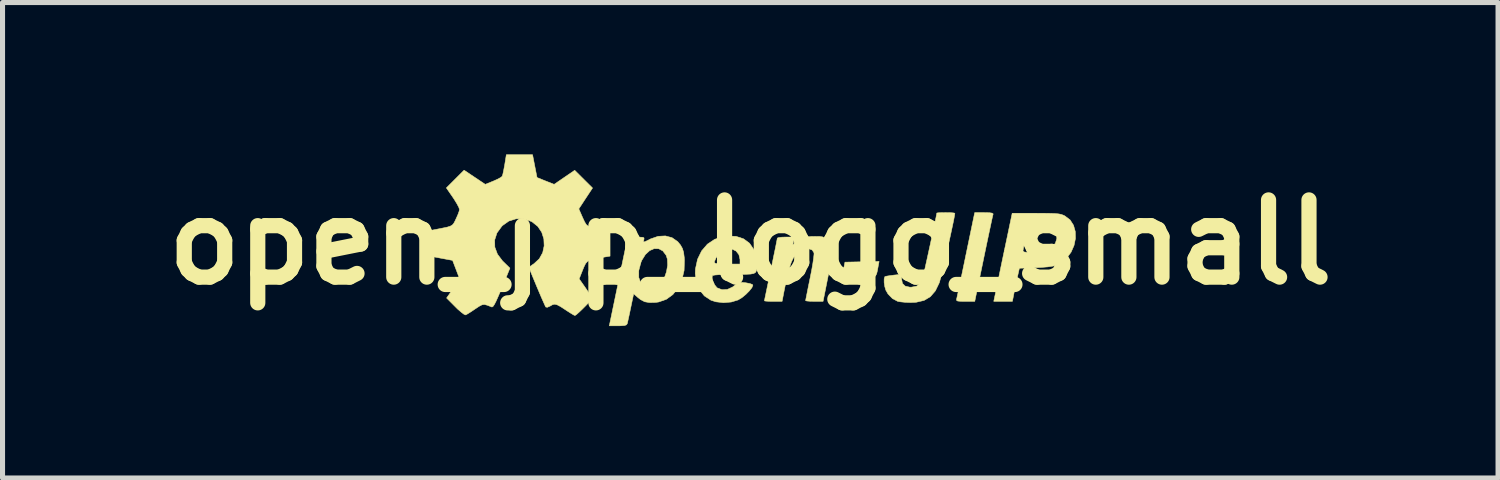
<source format=kicad_pcb>
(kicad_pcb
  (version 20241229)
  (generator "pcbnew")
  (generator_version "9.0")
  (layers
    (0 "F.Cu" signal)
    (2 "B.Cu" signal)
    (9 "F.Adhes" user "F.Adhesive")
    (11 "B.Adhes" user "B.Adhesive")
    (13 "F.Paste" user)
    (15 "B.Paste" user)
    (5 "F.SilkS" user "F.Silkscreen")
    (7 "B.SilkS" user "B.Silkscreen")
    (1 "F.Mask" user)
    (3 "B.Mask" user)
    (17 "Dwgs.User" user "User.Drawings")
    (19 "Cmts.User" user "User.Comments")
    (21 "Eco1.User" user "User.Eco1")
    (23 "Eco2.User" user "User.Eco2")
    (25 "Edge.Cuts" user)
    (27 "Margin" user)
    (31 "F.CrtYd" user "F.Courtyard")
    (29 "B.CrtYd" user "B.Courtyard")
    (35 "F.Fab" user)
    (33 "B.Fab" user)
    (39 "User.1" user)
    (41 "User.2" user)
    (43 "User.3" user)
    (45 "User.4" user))
  (footprint "open_jip_logo_small"
    (layer "F.Cu")
    (at 11.764 1.732)
    (property "Reference" "open_jip_logo_small" (at 0 0 0) (layer "F.SilkS") (effects (font (size 1.524 1.524) (thickness 0.3))))
    (attr through_hole)
    (fp_poly (pts (xy 2.525 0.476) (xy 2.509 0.565) (xy 2.494 0.626) (xy 2.472 0.666) (xy 2.434 0.688) (xy 2.37 0.699) (xy 2.274 0.703) (xy 2.137 0.706) (xy 1.802 0.713) (xy 1.816 0.655) (xy 1.829 0.592) (xy 1.846 0.51) (xy 1.849 0.495) (xy 1.869 0.394) (xy 2.206 0.387) (xy 2.543 0.38) (xy 2.525 0.476)) (stroke (width 0.01) (type solid)) (fill yes) (layer "F.SilkS"))
    (fp_poly (pts (xy 4.719 -0.582) (xy 4.776 -0.574) (xy 4.795 -0.559) (xy 4.794 -0.552) (xy 4.786 -0.521) (xy 4.769 -0.445) (xy 4.745 -0.332) (xy 4.714 -0.187) (xy 4.678 -0.017) (xy 4.638 0.174) (xy 4.607 0.324) (xy 4.432 1.168) (xy 4.246 1.168) (xy 4.151 1.167) (xy 4.096 1.162) (xy 4.073 1.149) (xy 4.072 1.128) (xy 4.073 1.124) (xy 4.081 1.089) (xy 4.098 1.011) (xy 4.123 0.895) (xy 4.154 0.748) (xy 4.19 0.576) (xy 4.23 0.385) (xy 4.258 0.248) (xy 4.431 -0.584) (xy 4.618 -0.584) (xy 4.719 -0.582)) (stroke (width 0.01) (type solid)) (fill yes) (layer "F.SilkS"))
    (fp_poly (pts (xy 3.948 -0.583) (xy 4.012 -0.578) (xy 4.038 -0.572) (xy 4.039 -0.571) (xy 4.033 -0.53) (xy 4.018 -0.447) (xy 3.994 -0.332) (xy 3.964 -0.192) (xy 3.93 -0.036) (xy 3.894 0.127) (xy 3.857 0.29) (xy 3.821 0.445) (xy 3.789 0.582) (xy 3.761 0.694) (xy 3.74 0.772) (xy 3.731 0.802) (xy 3.654 0.961) (xy 3.555 1.076) (xy 3.43 1.15) (xy 3.274 1.186) (xy 3.162 1.191) (xy 3.06 1.187) (xy 2.969 1.178) (xy 2.911 1.168) (xy 2.807 1.113) (xy 2.719 1.022) (xy 2.676 0.947) (xy 2.655 0.875) (xy 2.643 0.795) (xy 2.643 0.725) (xy 2.656 0.682) (xy 2.661 0.678) (xy 2.694 0.67) (xy 2.763 0.659) (xy 2.833 0.65) (xy 2.987 0.634) (xy 2.987 0.726) (xy 3.004 0.814) (xy 3.058 0.867) (xy 3.15 0.888) (xy 3.174 0.889) (xy 3.282 0.869) (xy 3.359 0.809) (xy 3.403 0.717) (xy 3.413 0.675) (xy 3.432 0.593) (xy 3.457 0.481) (xy 3.487 0.346) (xy 3.52 0.196) (xy 3.554 0.04) (xy 3.587 -0.114) (xy 3.618 -0.259) (xy 3.645 -0.386) (xy 3.666 -0.487) (xy 3.679 -0.553) (xy 3.683 -0.576) (xy 3.706 -0.58) (xy 3.767 -0.583) (xy 3.854 -0.584) (xy 3.861 -0.584) (xy 3.948 -0.583)) (stroke (width 0.01) (type solid)) (fill yes) (layer "F.SilkS"))
    (fp_poly (pts (xy 5.808 -0.571) (xy 5.935 -0.569) (xy 6.027 -0.565) (xy 6.094 -0.558) (xy 6.144 -0.547) (xy 6.186 -0.531) (xy 6.21 -0.519) (xy 6.314 -0.44) (xy 6.382 -0.334) (xy 6.417 -0.209) (xy 6.42 -0.074) (xy 6.392 0.064) (xy 6.334 0.196) (xy 6.248 0.313) (xy 6.135 0.407) (xy 6.058 0.448) (xy 5.983 0.471) (xy 5.875 0.487) (xy 5.728 0.499) (xy 5.635 0.503) (xy 5.313 0.514) (xy 5.275 0.682) (xy 5.249 0.802) (xy 5.222 0.932) (xy 5.206 1.01) (xy 5.175 1.168) (xy 4.807 1.168) (xy 4.917 0.641) (xy 4.955 0.456) (xy 4.996 0.26) (xy 5.014 0.175) (xy 5.385 0.175) (xy 5.408 0.193) (xy 5.468 0.202) (xy 5.554 0.205) (xy 5.652 0.2) (xy 5.75 0.189) (xy 5.835 0.171) (xy 5.882 0.155) (xy 5.967 0.097) (xy 6.024 0.018) (xy 6.052 -0.069) (xy 6.048 -0.154) (xy 6.01 -0.224) (xy 5.972 -0.252) (xy 5.924 -0.265) (xy 5.841 -0.274) (xy 5.737 -0.279) (xy 5.697 -0.279) (xy 5.472 -0.279) (xy 5.429 -0.067) (xy 5.409 0.034) (xy 5.393 0.116) (xy 5.385 0.167) (xy 5.385 0.175) (xy 5.014 0.175) (xy 5.036 0.07) (xy 5.072 -0.1) (xy 5.099 -0.229) (xy 5.171 -0.572) (xy 5.64 -0.572) (xy 5.808 -0.571)) (stroke (width 0.01) (type solid)) (fill yes) (layer "F.SilkS"))
    (fp_poly (pts (xy -1.545 -0.089) (xy -1.434 -0.012) (xy -1.378 0.056) (xy -1.34 0.124) (xy -1.317 0.199) (xy -1.304 0.301) (xy -1.301 0.353) (xy -1.307 0.558) (xy -1.35 0.743) (xy -1.425 0.903) (xy -1.528 1.033) (xy -1.657 1.127) (xy -1.807 1.18) (xy -1.867 1.189) (xy -1.991 1.192) (xy -2.084 1.176) (xy -2.164 1.135) (xy -2.218 1.093) (xy -2.303 1.018) (xy -2.36 1.29) (xy -2.384 1.405) (xy -2.406 1.505) (xy -2.422 1.578) (xy -2.429 1.607) (xy -2.445 1.631) (xy -2.482 1.645) (xy -2.551 1.65) (xy -2.613 1.651) (xy -2.784 1.651) (xy -2.603 0.781) (xy -2.586 0.696) (xy -2.202 0.696) (xy -2.162 0.808) (xy -2.111 0.868) (xy -2.026 0.925) (xy -1.943 0.935) (xy -1.85 0.898) (xy -1.839 0.892) (xy -1.762 0.819) (xy -1.699 0.712) (xy -1.655 0.585) (xy -1.632 0.454) (xy -1.637 0.334) (xy -1.661 0.259) (xy -1.727 0.172) (xy -1.809 0.129) (xy -1.898 0.127) (xy -1.987 0.166) (xy -2.07 0.242) (xy -2.14 0.354) (xy -2.16 0.401) (xy -2.202 0.559) (xy -2.202 0.696) (xy -2.586 0.696) (xy -2.422 -0.089) (xy -2.255 -0.096) (xy -2.165 -0.099) (xy -2.117 -0.096) (xy -2.098 -0.083) (xy -2.099 -0.059) (xy -2.101 -0.052) (xy -2.108 -0.019) (xy -2.103 -0.005) (xy -2.075 -0.012) (xy -2.016 -0.04) (xy -1.971 -0.064) (xy -1.821 -0.116) (xy -1.677 -0.124) (xy -1.545 -0.089)) (stroke (width 0.01) (type solid)) (fill yes) (layer "F.SilkS"))
    (fp_poly (pts (xy 1.371 -0.113) (xy 1.431 -0.104) (xy 1.474 -0.083) (xy 1.514 -0.045) (xy 1.526 -0.032) (xy 1.577 0.037) (xy 1.612 0.104) (xy 1.616 0.119) (xy 1.617 0.171) (xy 1.607 0.267) (xy 1.587 0.402) (xy 1.556 0.572) (xy 1.535 0.678) (xy 1.437 1.168) (xy 1.265 1.168) (xy 1.179 1.166) (xy 1.117 1.161) (xy 1.092 1.154) (xy 1.092 1.154) (xy 1.097 1.125) (xy 1.111 1.056) (xy 1.131 0.953) (xy 1.157 0.825) (xy 1.182 0.703) (xy 1.211 0.557) (xy 1.234 0.425) (xy 1.25 0.316) (xy 1.258 0.241) (xy 1.258 0.21) (xy 1.222 0.154) (xy 1.158 0.13) (xy 1.077 0.136) (xy 0.99 0.171) (xy 0.907 0.234) (xy 0.9 0.241) (xy 0.855 0.302) (xy 0.813 0.387) (xy 0.773 0.502) (xy 0.733 0.654) (xy 0.691 0.848) (xy 0.671 0.946) (xy 0.628 1.168) (xy 0.454 1.168) (xy 0.367 1.167) (xy 0.305 1.163) (xy 0.279 1.158) (xy 0.279 1.158) (xy 0.284 1.131) (xy 0.298 1.062) (xy 0.32 0.956) (xy 0.348 0.822) (xy 0.381 0.665) (xy 0.406 0.544) (xy 0.442 0.375) (xy 0.473 0.223) (xy 0.5 0.094) (xy 0.519 -0.004) (xy 0.531 -0.065) (xy 0.533 -0.081) (xy 0.557 -0.091) (xy 0.617 -0.099) (xy 0.702 -0.102) (xy 0.87 -0.102) (xy 0.855 -0.027) (xy 0.84 0.048) (xy 0.97 -0.033) (xy 1.05 -0.079) (xy 1.12 -0.103) (xy 1.201 -0.113) (xy 1.276 -0.114) (xy 1.371 -0.113)) (stroke (width 0.01) (type solid)) (fill yes) (layer "F.SilkS"))
    (fp_poly (pts (xy -0.28 -0.115) (xy -0.132 -0.066) (xy -0.015 0.021) (xy 0.069 0.144) (xy 0.116 0.302) (xy 0.127 0.436) (xy 0.127 0.508) (xy 0.122 0.56) (xy 0.105 0.595) (xy 0.07 0.617) (xy 0.008 0.629) (xy -0.086 0.634) (xy -0.22 0.635) (xy -0.319 0.635) (xy -0.481 0.637) (xy -0.61 0.641) (xy -0.699 0.648) (xy -0.745 0.658) (xy -0.75 0.661) (xy -0.754 0.708) (xy -0.735 0.776) (xy -0.701 0.845) (xy -0.659 0.897) (xy -0.653 0.902) (xy -0.559 0.938) (xy -0.454 0.933) (xy -0.351 0.886) (xy -0.319 0.862) (xy -0.264 0.817) (xy -0.217 0.796) (xy -0.158 0.794) (xy -0.09 0.801) (xy -0.007 0.817) (xy 0.042 0.836) (xy 0.051 0.849) (xy 0.032 0.897) (xy -0.019 0.961) (xy -0.088 1.031) (xy -0.165 1.094) (xy -0.239 1.139) (xy -0.24 1.14) (xy -0.375 1.181) (xy -0.529 1.194) (xy -0.679 1.177) (xy -0.776 1.146) (xy -0.907 1.06) (xy -1.004 0.939) (xy -1.065 0.79) (xy -1.087 0.618) (xy -1.083 0.528) (xy -1.056 0.405) (xy -0.711 0.405) (xy -0.687 0.418) (xy -0.616 0.427) (xy -0.503 0.432) (xy -0.457 0.432) (xy -0.203 0.432) (xy -0.203 0.342) (xy -0.225 0.246) (xy -0.281 0.175) (xy -0.362 0.135) (xy -0.454 0.13) (xy -0.547 0.165) (xy -0.569 0.18) (xy -0.626 0.239) (xy -0.677 0.312) (xy -0.707 0.38) (xy -0.711 0.405) (xy -1.056 0.405) (xy -1.041 0.336) (xy -0.961 0.172) (xy -0.847 0.039) (xy -0.703 -0.057) (xy -0.534 -0.112) (xy -0.457 -0.122) (xy -0.28 -0.115)) (stroke (width 0.01) (type solid)) (fill yes) (layer "F.SilkS"))
    (fp_poly (pts (xy -4.211 -1.277) (xy -4.042 -1.209) (xy -3.873 -1.142) (xy -3.467 -1.42) (xy -3.291 -1.245) (xy -3.115 -1.07) (xy -3.251 -0.864) (xy -3.386 -0.658) (xy -3.312 -0.489) (xy -3.27 -0.399) (xy -3.237 -0.346) (xy -3.202 -0.318) (xy -3.155 -0.303) (xy -3.149 -0.302) (xy -3.073 -0.287) (xy -2.975 -0.267) (xy -2.915 -0.255) (xy -2.769 -0.225) (xy -2.769 0.275) (xy -2.953 0.306) (xy -3.075 0.327) (xy -3.158 0.349) (xy -3.213 0.378) (xy -3.252 0.422) (xy -3.285 0.489) (xy -3.31 0.55) (xy -3.379 0.724) (xy -3.251 0.906) (xy -3.194 0.99) (xy -3.15 1.059) (xy -3.127 1.102) (xy -3.124 1.11) (xy -3.141 1.137) (xy -3.186 1.188) (xy -3.247 1.252) (xy -3.316 1.321) (xy -3.381 1.383) (xy -3.433 1.429) (xy -3.462 1.448) (xy -3.462 1.448) (xy -3.491 1.435) (xy -3.55 1.399) (xy -3.628 1.349) (xy -3.652 1.333) (xy -3.747 1.271) (xy -3.814 1.236) (xy -3.862 1.224) (xy -3.905 1.234) (xy -3.952 1.261) (xy -4.006 1.285) (xy -4.038 1.28) (xy -4.052 1.253) (xy -4.081 1.188) (xy -4.122 1.096) (xy -4.169 0.986) (xy -4.219 0.868) (xy -4.267 0.752) (xy -4.311 0.646) (xy -4.345 0.562) (xy -4.365 0.509) (xy -4.369 0.495) (xy -4.35 0.479) (xy -4.301 0.445) (xy -4.27 0.424) (xy -4.166 0.328) (xy -4.099 0.207) (xy -4.07 0.073) (xy -4.076 -0.064) (xy -4.118 -0.196) (xy -4.195 -0.311) (xy -4.306 -0.4) (xy -4.324 -0.41) (xy -4.473 -0.46) (xy -4.624 -0.462) (xy -4.766 -0.418) (xy -4.892 -0.329) (xy -4.907 -0.313) (xy -5.002 -0.183) (xy -5.047 -0.044) (xy -5.044 0.097) (xy -4.992 0.237) (xy -4.891 0.371) (xy -4.872 0.389) (xy -4.746 0.512) (xy -4.906 0.904) (xy -4.97 1.054) (xy -5.018 1.162) (xy -5.054 1.232) (xy -5.081 1.27) (xy -5.101 1.28) (xy -5.105 1.279) (xy -5.191 1.245) (xy -5.249 1.23) (xy -5.296 1.236) (xy -5.351 1.264) (xy -5.431 1.317) (xy -5.511 1.371) (xy -5.578 1.413) (xy -5.617 1.435) (xy -5.62 1.436) (xy -5.65 1.425) (xy -5.706 1.383) (xy -5.779 1.32) (xy -5.824 1.275) (xy -5.996 1.102) (xy -5.866 0.917) (xy -5.736 0.732) (xy -5.807 0.545) (xy -5.878 0.359) (xy -6.114 0.315) (xy -6.35 0.27) (xy -6.35 0.023) (xy -6.35 -0.225) (xy -6.204 -0.253) (xy -6.073 -0.279) (xy -5.982 -0.298) (xy -5.922 -0.317) (xy -5.883 -0.34) (xy -5.856 -0.371) (xy -5.831 -0.417) (xy -5.812 -0.458) (xy -5.775 -0.54) (xy -5.749 -0.611) (xy -5.742 -0.646) (xy -5.755 -0.688) (xy -5.792 -0.758) (xy -5.845 -0.845) (xy -5.871 -0.884) (xy -6.001 -1.072) (xy -5.651 -1.422) (xy -5.442 -1.282) (xy -5.233 -1.142) (xy -5.075 -1.206) (xy -4.992 -1.243) (xy -4.929 -1.277) (xy -4.9 -1.3) (xy -4.887 -1.337) (xy -4.871 -1.411) (xy -4.853 -1.506) (xy -4.849 -1.528) (xy -4.817 -1.727) (xy -4.299 -1.727) (xy -4.211 -1.277)) (stroke (width 0.01) (type solid)) (fill yes) (layer "F.SilkS")))
  (gr_rect
    (start -3 -3)
    (end 26.528 6.388)
    (stroke (width 0.1) (type default))
    (fill no)
    (layer "Edge.Cuts")))
</source>
